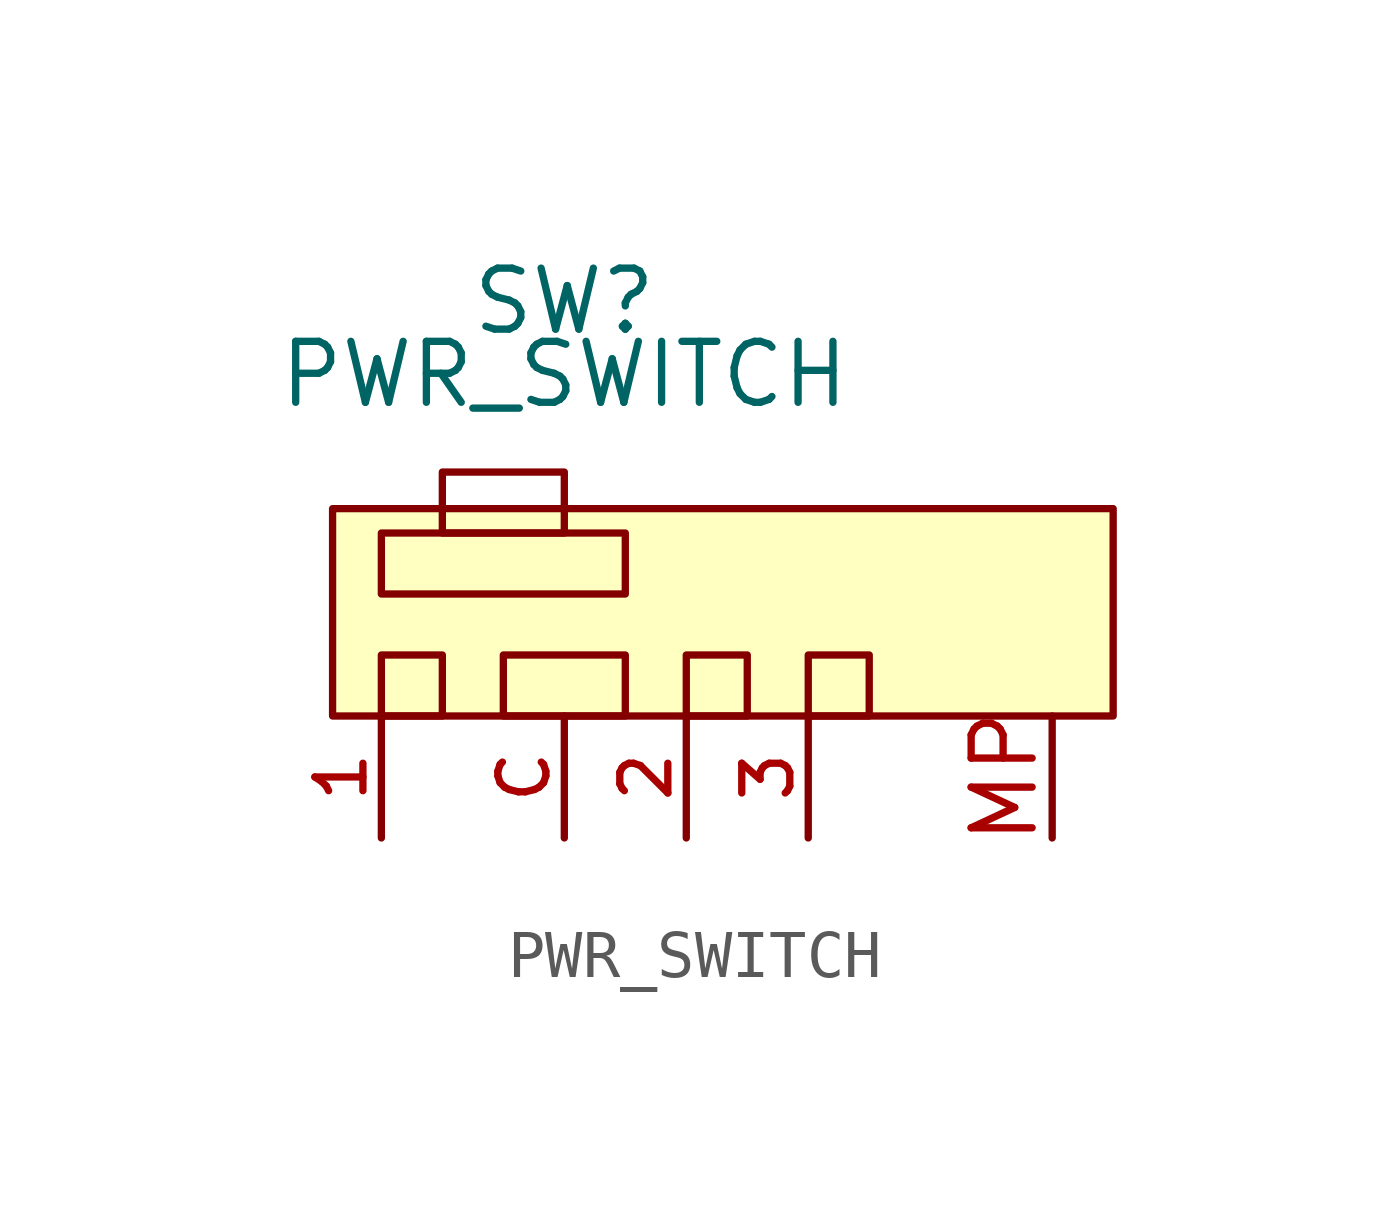
<source format=kicad_sym>
(kicad_symbol_lib
  (version 20241209)
  (generator "kicad_symbol_editor")
  (generator_version "9.0")
  (symbol "PWR_SWITCH"
    (property "Reference" "SW"
      (at 0 4.826 0)
      (effects (font (size 1.27 1.27))))
    (property "Value" "PWR_SWITCH"
      (at 0 3.302 0)
      (effects (font (size 1.27 1.27))))
    (symbol "PWR_SWITCH_0_1"
      (rectangle (start -3.81 -1.27) (end 1.27 0) (stroke (width 0) (type default)) (fill (type none)))
      (rectangle (start -3.81 -2.54) (end -2.54 -3.81) (stroke (width 0) (type default)) (fill (type none)))
      (rectangle (start -2.54 1.27) (end 0 0) (stroke (width 0) (type default)) (fill (type none)))
      (rectangle (start -1.27 -2.54) (end 1.27 -3.81) (stroke (width 0) (type default)) (fill (type none)))
      (rectangle (start 2.54 -2.54) (end 3.81 -3.81) (stroke (width 0) (type default)) (fill (type none)))
      (rectangle (start 5.08 -3.81) (end 6.35 -2.54) (stroke (width 0) (type default)) (fill (type none))))
    (symbol "PWR_SWITCH_1_1"
      (rectangle (start -4.826 0.508) (end 11.43 -3.81) (stroke (width 0) (type solid)) (fill (type background)))
      (pin passive line (at -3.81 -6.35 90) (length 2.54) (name "" (effects (font (size 1 1)))) (number "1" (effects (font (size 1 1)))))
      (pin passive line (at 0 -6.35 90) (length 2.54) (name "" (effects (font (size 1 1)))) (number "C" (effects (font (size 1 1)))))
      (pin passive line (at 2.54 -6.35 90) (length 2.54) (name "" (effects (font (size 1 1)))) (number "2" (effects (font (size 1 1)))))
      (pin passive line (at 5.08 -6.35 90) (length 2.54) (name "" (effects (font (size 1 1)))) (number "3" (effects (font (size 1 1)))))
      (pin input line (at 10.16 -6.35 90) (length 2.54) (name "" (effects (font (size 1.27 1.27)))) (number "MP" (effects (font (size 1.27 1.27))))))))
</source>
